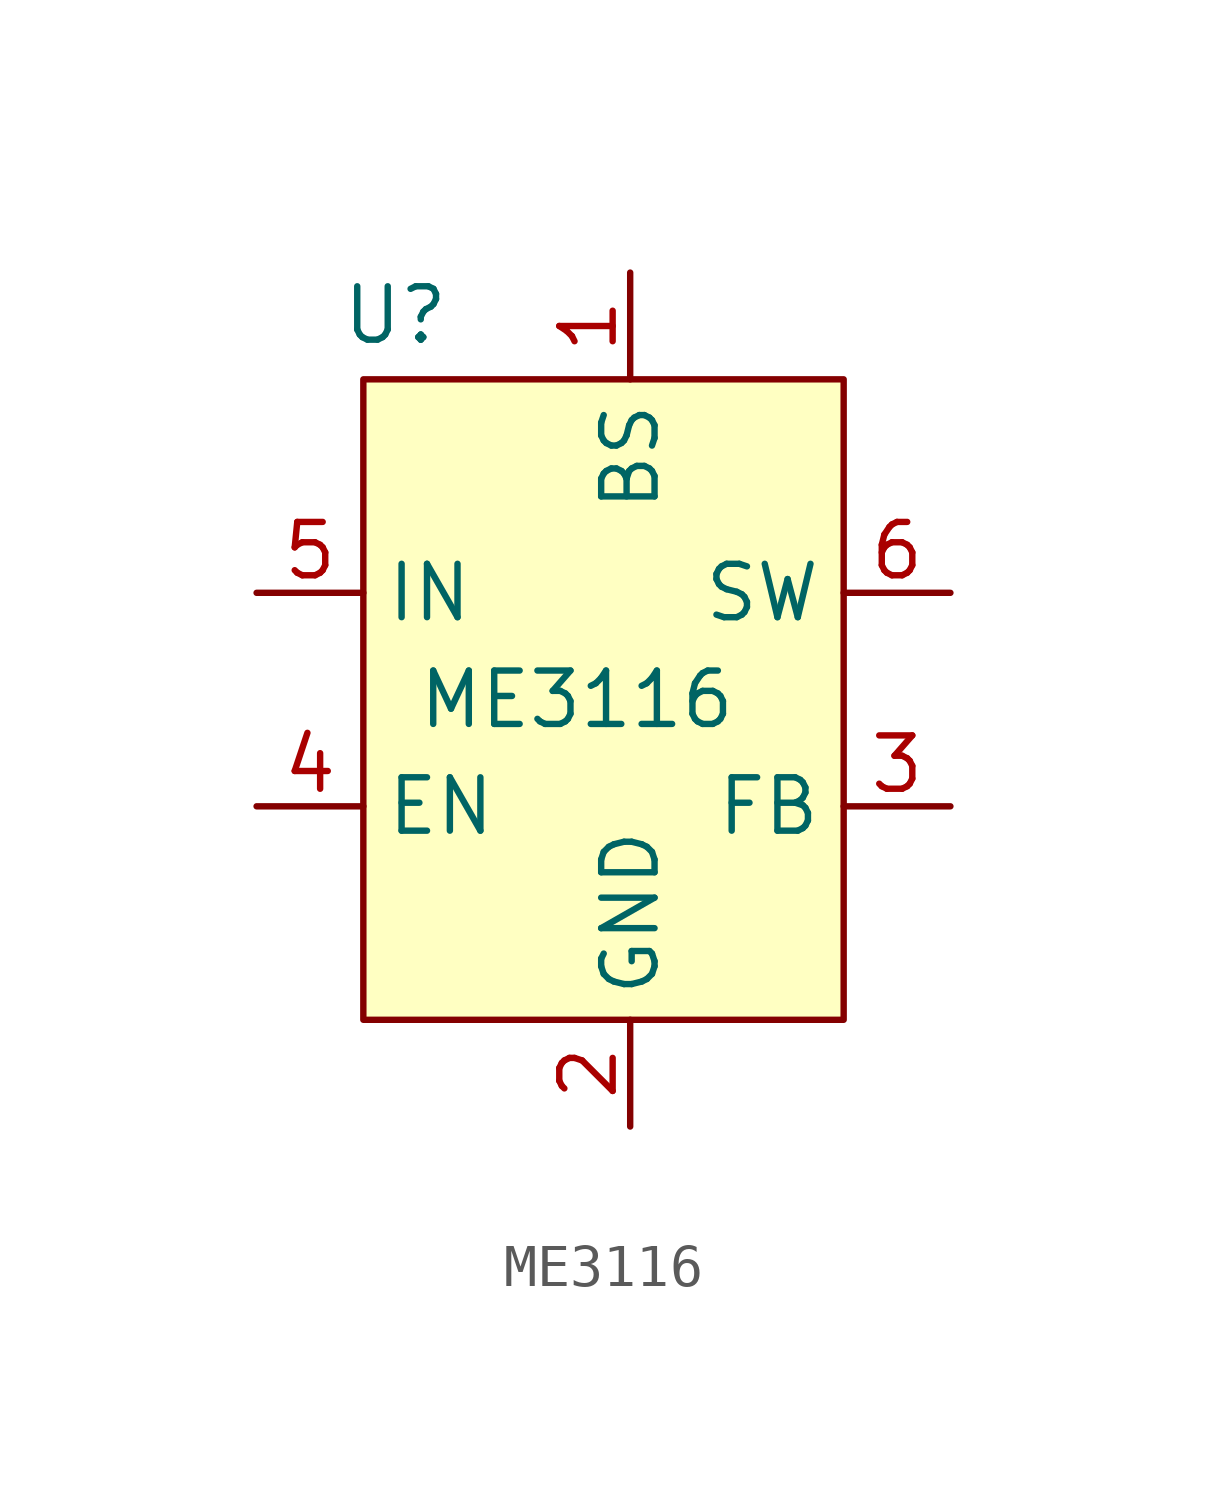
<source format=kicad_sym>
(kicad_symbol_lib
  (version 20231120)
  (generator "kicad_symbol_editor")
  (generator_version "8.0")
  (symbol "ME3116"
    (property "Reference" "U"
      (at -5.588 9.144 0)
      (effects (font (size 1.27 1.27))))
    (property "Value" "ME3116"
      (at -1.27 0 0)
      (effects (font (size 1.27 1.27))))
    (symbol "ME3116_1_1"
      (rectangle (start -6.35 7.62) (end 5.08 -7.62) (stroke (width 0) (type default)) (fill (type background)))
      (pin input line (at 0 10.16 270) (length 2.54) (name "BS" (effects (font (size 1.27 1.27)))) (number "1" (effects (font (size 1.27 1.27)))))
      (pin input line (at 0 -10.16 90) (length 2.54) (name "GND" (effects (font (size 1.27 1.27)))) (number "2" (effects (font (size 1.27 1.27)))))
      (pin input line (at 7.62 -2.54 180) (length 2.54) (name "FB" (effects (font (size 1.27 1.27)))) (number "3" (effects (font (size 1.27 1.27)))))
      (pin input line (at -8.89 -2.54 0) (length 2.54) (name "EN" (effects (font (size 1.27 1.27)))) (number "4" (effects (font (size 1.27 1.27)))))
      (pin input line (at -8.89 2.54 0) (length 2.54) (name "IN" (effects (font (size 1.27 1.27)))) (number "5" (effects (font (size 1.27 1.27)))))
      (pin input line (at 7.62 2.54 180) (length 2.54) (name "SW" (effects (font (size 1.27 1.27)))) (number "6" (effects (font (size 1.27 1.27))))))))
</source>
